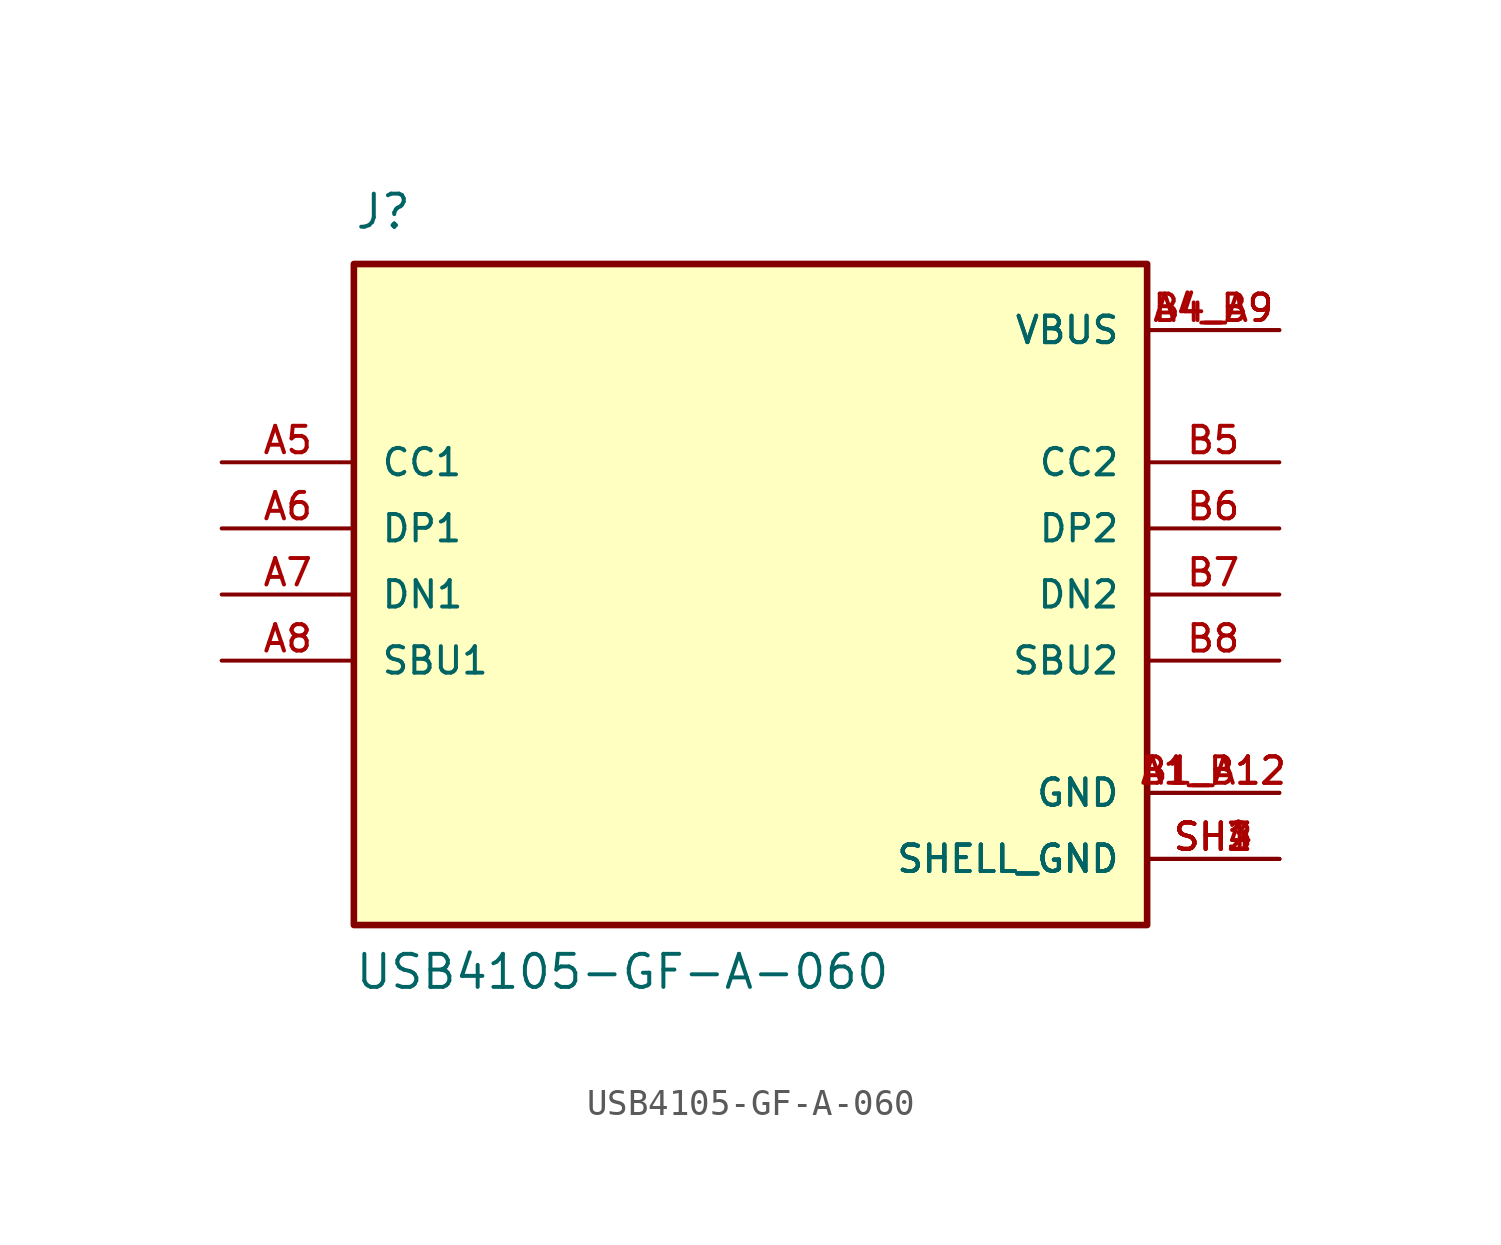
<source format=kicad_sym>
(kicad_symbol_lib
  (version 20211014)
  (generator kicad_symbol_editor)
  (symbol "USB4105-GF-A-060"
    (pin_names
      (offset 1.016))
    (property "Reference" "J"
      (at -15.24 13.97 0)
      (effects (font (size 1.27 1.27)) (justify bottom left)))
    (property "Value" "USB4105-GF-A-060"
      (at -15.24 -15.24 0)
      (effects (font (size 1.27 1.27)) (justify bottom left)))
    (symbol "USB4105-GF-A-060_0_0"
      (rectangle (start -15.24 -12.7) (end 15.24 12.7) (stroke (width 0.254)) (fill (type background)))
      (pin bidirectional line (at -20.32 5.08 0) (length 5.08) (name "CC1" (effects (font (size 1.016 1.016)))) (number "A5" (effects (font (size 1.016 1.016)))))
      (pin bidirectional line (at -20.32 2.54 0) (length 5.08) (name "DP1" (effects (font (size 1.016 1.016)))) (number "A6" (effects (font (size 1.016 1.016)))))
      (pin bidirectional line (at -20.32 0.0 0) (length 5.08) (name "DN1" (effects (font (size 1.016 1.016)))) (number "A7" (effects (font (size 1.016 1.016)))))
      (pin bidirectional line (at -20.32 -2.54 0) (length 5.08) (name "SBU1" (effects (font (size 1.016 1.016)))) (number "A8" (effects (font (size 1.016 1.016)))))
      (pin power_in line (at 20.32 10.16 180.0) (length 5.08) (name "VBUS" (effects (font (size 1.016 1.016)))) (number "A4_B9" (effects (font (size 1.016 1.016)))))
      (pin power_in line (at 20.32 10.16 180.0) (length 5.08) (name "VBUS" (effects (font (size 1.016 1.016)))) (number "B4_A9" (effects (font (size 1.016 1.016)))))
      (pin bidirectional line (at 20.32 5.08 180.0) (length 5.08) (name "CC2" (effects (font (size 1.016 1.016)))) (number "B5" (effects (font (size 1.016 1.016)))))
      (pin bidirectional line (at 20.32 2.54 180.0) (length 5.08) (name "DP2" (effects (font (size 1.016 1.016)))) (number "B6" (effects (font (size 1.016 1.016)))))
      (pin bidirectional line (at 20.32 0.0 180.0) (length 5.08) (name "DN2" (effects (font (size 1.016 1.016)))) (number "B7" (effects (font (size 1.016 1.016)))))
      (pin bidirectional line (at 20.32 -2.54 180.0) (length 5.08) (name "SBU2" (effects (font (size 1.016 1.016)))) (number "B8" (effects (font (size 1.016 1.016)))))
      (pin power_in line (at 20.32 -7.62 180.0) (length 5.08) (name "GND" (effects (font (size 1.016 1.016)))) (number "A1_B12" (effects (font (size 1.016 1.016)))))
      (pin power_in line (at 20.32 -7.62 180.0) (length 5.08) (name "GND" (effects (font (size 1.016 1.016)))) (number "B1_A12" (effects (font (size 1.016 1.016)))))
      (pin power_in line (at 20.32 -10.16 180.0) (length 5.08) (name "SHELL_GND" (effects (font (size 1.016 1.016)))) (number "SH1" (effects (font (size 1.016 1.016)))))
      (pin power_in line (at 20.32 -10.16 180.0) (length 5.08) (name "SHELL_GND" (effects (font (size 1.016 1.016)))) (number "SH2" (effects (font (size 1.016 1.016)))))
      (pin power_in line (at 20.32 -10.16 180.0) (length 5.08) (name "SHELL_GND" (effects (font (size 1.016 1.016)))) (number "SH3" (effects (font (size 1.016 1.016)))))
      (pin power_in line (at 20.32 -10.16 180.0) (length 5.08) (name "SHELL_GND" (effects (font (size 1.016 1.016)))) (number "SH4" (effects (font (size 1.016 1.016))))))))
</source>
